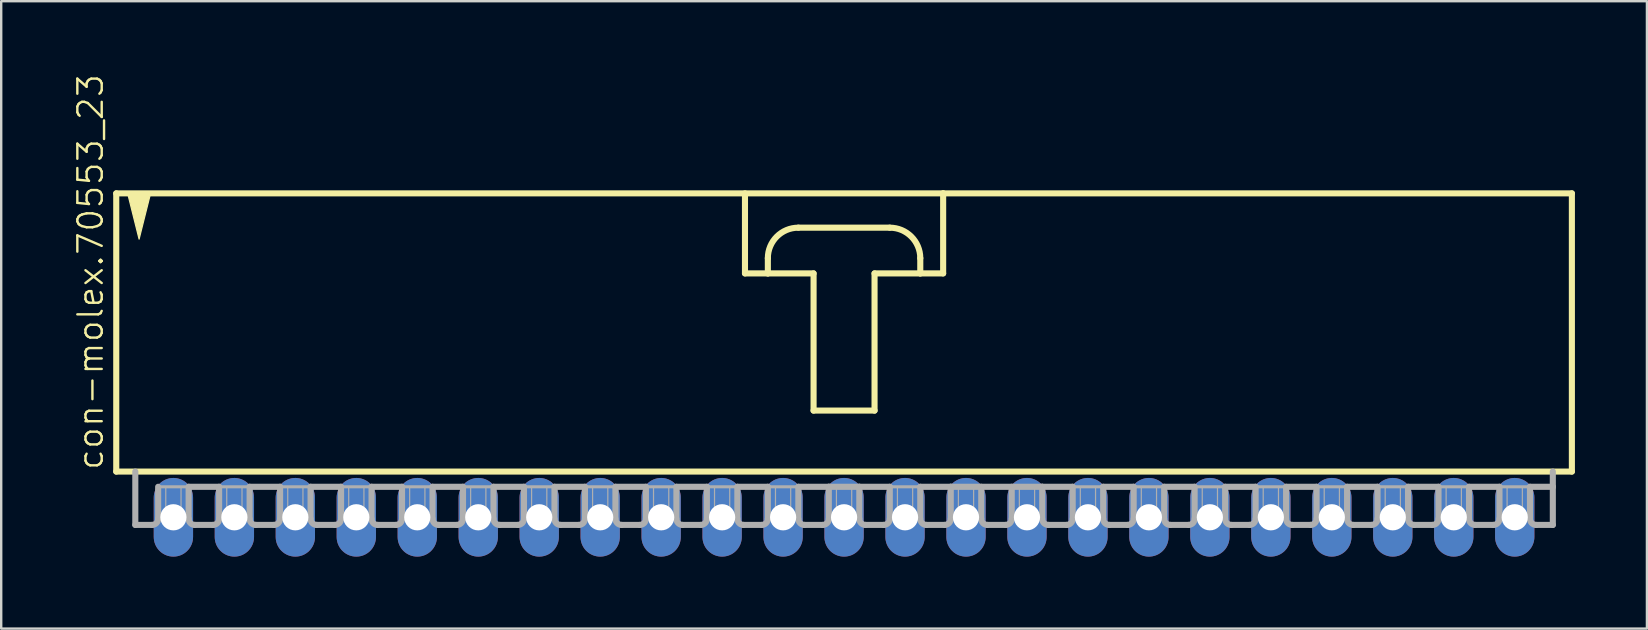
<source format=kicad_pcb>
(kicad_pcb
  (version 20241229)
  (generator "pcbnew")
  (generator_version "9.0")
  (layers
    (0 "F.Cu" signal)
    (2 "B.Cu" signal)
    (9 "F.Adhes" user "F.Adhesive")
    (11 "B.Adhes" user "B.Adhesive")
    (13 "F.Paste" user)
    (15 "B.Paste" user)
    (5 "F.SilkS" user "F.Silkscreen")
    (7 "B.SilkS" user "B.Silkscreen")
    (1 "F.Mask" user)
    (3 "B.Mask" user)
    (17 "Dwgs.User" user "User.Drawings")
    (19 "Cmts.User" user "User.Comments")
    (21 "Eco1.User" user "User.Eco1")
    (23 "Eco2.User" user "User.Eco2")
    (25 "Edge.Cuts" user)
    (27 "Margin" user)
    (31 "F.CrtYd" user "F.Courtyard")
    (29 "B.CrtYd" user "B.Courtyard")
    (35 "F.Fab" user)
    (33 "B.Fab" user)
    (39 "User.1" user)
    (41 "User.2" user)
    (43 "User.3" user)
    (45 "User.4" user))
  (footprint "con-molex.70553_23"
    (layer "F.Cu")
    (at 32.114 10.88)
    (property "Reference" "con-molex.70553_23" (at -30.797 5.715 90) (layer "F.SilkS") (effects (font (size 1.016 1.016) (thickness 0.1)) (justify left bottom)))
    (attr through_hole)
    (fp_line (start -30.321 -5.874) (end -30.321 5.715) (stroke (width 0.254) (type default)) (layer "F.SilkS"))
    (fp_line (start -30.321 5.715) (end 30.321 5.715) (stroke (width 0.254) (type default)) (layer "F.SilkS"))
    (fp_line (start -4.128 -5.874) (end -4.128 -2.54) (stroke (width 0.254) (type default)) (layer "F.SilkS"))
    (fp_line (start -4.128 -2.54) (end -3.175 -2.54) (stroke (width 0.254) (type default)) (layer "F.SilkS"))
    (fp_line (start -3.175 -2.54) (end -3.175 -3.175) (stroke (width 0.254) (type default)) (layer "F.SilkS"))
    (fp_line (start -3.175 -2.54) (end -1.27 -2.54) (stroke (width 0.254) (type default)) (layer "F.SilkS"))
    (fp_line (start -1.905 -4.445) (end 1.905 -4.445) (stroke (width 0.254) (type default)) (layer "F.SilkS"))
    (fp_line (start -1.27 -2.54) (end -1.27 3.175) (stroke (width 0.254) (type default)) (layer "F.SilkS"))
    (fp_line (start -1.27 3.175) (end 1.27 3.175) (stroke (width 0.254) (type default)) (layer "F.SilkS"))
    (fp_line (start 1.27 -2.54) (end 3.175 -2.54) (stroke (width 0.254) (type default)) (layer "F.SilkS"))
    (fp_line (start 1.27 3.175) (end 1.27 -2.54) (stroke (width 0.254) (type default)) (layer "F.SilkS"))
    (fp_line (start 3.175 -3.175) (end 3.175 -2.54) (stroke (width 0.254) (type default)) (layer "F.SilkS"))
    (fp_line (start 3.175 -2.54) (end 4.128 -2.54) (stroke (width 0.254) (type default)) (layer "F.SilkS"))
    (fp_line (start 4.128 -5.874) (end -30.321 -5.874) (stroke (width 0.254) (type default)) (layer "F.SilkS"))
    (fp_line (start 4.128 -2.54) (end 4.128 -5.874) (stroke (width 0.254) (type default)) (layer "F.SilkS"))
    (fp_line (start 30.321 -5.874) (end 4.128 -5.874) (stroke (width 0.254) (type default)) (layer "F.SilkS"))
    (fp_line (start 30.321 5.715) (end 30.321 -5.874) (stroke (width 0.254) (type default)) (layer "F.SilkS"))
    (fp_arc (start -3.175 -3.175) (mid -2.803026 -4.073026) (end -1.905 -4.445) (stroke (width 0.254) (type default)) (layer "F.SilkS"))
    (fp_arc (start 1.905 -4.445) (mid 2.803026 -4.073026) (end 3.175 -3.175) (stroke (width 0.254) (type default)) (layer "F.SilkS"))
    (fp_poly (pts (xy -29.845 -5.874) (xy -29.369 -3.969) (xy -28.892 -5.874)) (stroke (width 0.051) (type default)) (fill yes) (layer "F.SilkS"))
    (fp_line (start -29.527 5.715) (end -29.527 7.938) (stroke (width 0.254) (type default)) (layer "F.Fab"))
    (fp_line (start -28.829 7.938) (end -29.527 7.938) (stroke (width 0.254) (type default)) (layer "F.Fab"))
    (fp_line (start -28.575 6.35) (end -28.575 7.684) (stroke (width 0.254) (type default)) (layer "F.Fab"))
    (fp_line (start -28.575 6.35) (end -27.305 6.35) (stroke (width 0.127) (type default)) (layer "F.Fab"))
    (fp_line (start -27.305 6.35) (end -27.305 7.684) (stroke (width 0.254) (type default)) (layer "F.Fab"))
    (fp_line (start -27.305 6.35) (end -26.035 6.35) (stroke (width 0.254) (type default)) (layer "F.Fab"))
    (fp_line (start -26.289 7.938) (end -27.051 7.938) (stroke (width 0.254) (type default)) (layer "F.Fab"))
    (fp_line (start -26.035 6.35) (end -26.035 7.684) (stroke (width 0.254) (type default)) (layer "F.Fab"))
    (fp_line (start -26.035 6.35) (end -24.765 6.35) (stroke (width 0.127) (type default)) (layer "F.Fab"))
    (fp_line (start -24.765 6.35) (end -24.765 7.684) (stroke (width 0.254) (type default)) (layer "F.Fab"))
    (fp_line (start -24.765 6.35) (end -23.495 6.35) (stroke (width 0.254) (type default)) (layer "F.Fab"))
    (fp_line (start -23.749 7.938) (end -24.511 7.938) (stroke (width 0.254) (type default)) (layer "F.Fab"))
    (fp_line (start -23.495 6.35) (end -23.495 7.684) (stroke (width 0.254) (type default)) (layer "F.Fab"))
    (fp_line (start -23.495 6.35) (end -22.225 6.35) (stroke (width 0.127) (type default)) (layer "F.Fab"))
    (fp_line (start -22.225 6.35) (end -22.225 7.684) (stroke (width 0.254) (type default)) (layer "F.Fab"))
    (fp_line (start -22.225 6.35) (end -20.955 6.35) (stroke (width 0.254) (type default)) (layer "F.Fab"))
    (fp_line (start -21.209 7.938) (end -21.971 7.938) (stroke (width 0.254) (type default)) (layer "F.Fab"))
    (fp_line (start -20.955 6.35) (end -20.955 7.684) (stroke (width 0.254) (type default)) (layer "F.Fab"))
    (fp_line (start -20.955 6.35) (end -19.685 6.35) (stroke (width 0.127) (type default)) (layer "F.Fab"))
    (fp_line (start -19.685 6.35) (end -19.685 7.684) (stroke (width 0.254) (type default)) (layer "F.Fab"))
    (fp_line (start -19.685 6.35) (end -18.415 6.35) (stroke (width 0.254) (type default)) (layer "F.Fab"))
    (fp_line (start -18.669 7.938) (end -19.431 7.938) (stroke (width 0.254) (type default)) (layer "F.Fab"))
    (fp_line (start -18.415 6.35) (end -18.415 7.684) (stroke (width 0.254) (type default)) (layer "F.Fab"))
    (fp_line (start -18.415 6.35) (end -17.145 6.35) (stroke (width 0.127) (type default)) (layer "F.Fab"))
    (fp_line (start -17.145 6.35) (end -17.145 7.684) (stroke (width 0.254) (type default)) (layer "F.Fab"))
    (fp_line (start -17.145 6.35) (end -15.875 6.35) (stroke (width 0.254) (type default)) (layer "F.Fab"))
    (fp_line (start -16.129 7.938) (end -16.891 7.938) (stroke (width 0.254) (type default)) (layer "F.Fab"))
    (fp_line (start -15.875 6.35) (end -15.875 7.684) (stroke (width 0.254) (type default)) (layer "F.Fab"))
    (fp_line (start -15.875 6.35) (end -14.605 6.35) (stroke (width 0.127) (type default)) (layer "F.Fab"))
    (fp_line (start -14.605 6.35) (end -14.605 7.684) (stroke (width 0.254) (type default)) (layer "F.Fab"))
    (fp_line (start -14.605 6.35) (end -13.335 6.35) (stroke (width 0.254) (type default)) (layer "F.Fab"))
    (fp_line (start -13.589 7.938) (end -14.351 7.938) (stroke (width 0.254) (type default)) (layer "F.Fab"))
    (fp_line (start -13.335 6.35) (end -13.335 7.684) (stroke (width 0.254) (type default)) (layer "F.Fab"))
    (fp_line (start -13.335 6.35) (end -12.065 6.35) (stroke (width 0.127) (type default)) (layer "F.Fab"))
    (fp_line (start -12.065 6.35) (end -12.065 7.684) (stroke (width 0.254) (type default)) (layer "F.Fab"))
    (fp_line (start -12.065 6.35) (end -10.795 6.35) (stroke (width 0.254) (type default)) (layer "F.Fab"))
    (fp_line (start -11.049 7.938) (end -11.811 7.938) (stroke (width 0.254) (type default)) (layer "F.Fab"))
    (fp_line (start -10.795 6.35) (end -10.795 7.684) (stroke (width 0.254) (type default)) (layer "F.Fab"))
    (fp_line (start -10.795 6.35) (end -9.525 6.35) (stroke (width 0.127) (type default)) (layer "F.Fab"))
    (fp_line (start -9.525 6.35) (end -9.525 7.684) (stroke (width 0.254) (type default)) (layer "F.Fab"))
    (fp_line (start -9.525 6.35) (end -8.255 6.35) (stroke (width 0.254) (type default)) (layer "F.Fab"))
    (fp_line (start -8.509 7.938) (end -9.271 7.938) (stroke (width 0.254) (type default)) (layer "F.Fab"))
    (fp_line (start -8.255 6.35) (end -8.255 7.684) (stroke (width 0.254) (type default)) (layer "F.Fab"))
    (fp_line (start -8.255 6.35) (end -6.985 6.35) (stroke (width 0.127) (type default)) (layer "F.Fab"))
    (fp_line (start -6.985 6.35) (end -6.985 7.684) (stroke (width 0.254) (type default)) (layer "F.Fab"))
    (fp_line (start -6.985 6.35) (end -5.715 6.35) (stroke (width 0.254) (type default)) (layer "F.Fab"))
    (fp_line (start -5.969 7.938) (end -6.731 7.938) (stroke (width 0.254) (type default)) (layer "F.Fab"))
    (fp_line (start -5.715 6.35) (end -5.715 7.684) (stroke (width 0.254) (type default)) (layer "F.Fab"))
    (fp_line (start -5.715 6.35) (end -4.445 6.35) (stroke (width 0.127) (type default)) (layer "F.Fab"))
    (fp_line (start -4.445 6.35) (end -4.445 7.684) (stroke (width 0.254) (type default)) (layer "F.Fab"))
    (fp_line (start -4.445 6.35) (end -3.175 6.35) (stroke (width 0.254) (type default)) (layer "F.Fab"))
    (fp_line (start -3.429 7.938) (end -4.191 7.938) (stroke (width 0.254) (type default)) (layer "F.Fab"))
    (fp_line (start -3.175 6.35) (end -3.175 7.684) (stroke (width 0.254) (type default)) (layer "F.Fab"))
    (fp_line (start -3.175 6.35) (end -1.905 6.35) (stroke (width 0.127) (type default)) (layer "F.Fab"))
    (fp_line (start -1.905 6.35) (end -1.905 7.684) (stroke (width 0.254) (type default)) (layer "F.Fab"))
    (fp_line (start -1.905 6.35) (end -0.635 6.35) (stroke (width 0.254) (type default)) (layer "F.Fab"))
    (fp_line (start -0.889 7.938) (end -1.651 7.938) (stroke (width 0.254) (type default)) (layer "F.Fab"))
    (fp_line (start -0.635 6.35) (end -0.635 7.684) (stroke (width 0.254) (type default)) (layer "F.Fab"))
    (fp_line (start -0.635 6.35) (end 0.635 6.35) (stroke (width 0.254) (type default)) (layer "F.Fab"))
    (fp_line (start 0.635 6.35) (end 0.635 7.684) (stroke (width 0.254) (type default)) (layer "F.Fab"))
    (fp_line (start 0.635 6.35) (end 1.905 6.35) (stroke (width 0.254) (type default)) (layer "F.Fab"))
    (fp_line (start 1.651 7.938) (end 0.889 7.938) (stroke (width 0.254) (type default)) (layer "F.Fab"))
    (fp_line (start 1.905 6.35) (end 1.905 7.684) (stroke (width 0.254) (type default)) (layer "F.Fab"))
    (fp_line (start 1.905 6.35) (end 3.175 6.35) (stroke (width 0.127) (type default)) (layer "F.Fab"))
    (fp_line (start 3.175 6.35) (end 3.175 7.684) (stroke (width 0.254) (type default)) (layer "F.Fab"))
    (fp_line (start 3.175 6.35) (end 4.445 6.35) (stroke (width 0.254) (type default)) (layer "F.Fab"))
    (fp_line (start 4.191 7.938) (end 3.429 7.938) (stroke (width 0.254) (type default)) (layer "F.Fab"))
    (fp_line (start 4.445 6.35) (end 4.445 7.684) (stroke (width 0.254) (type default)) (layer "F.Fab"))
    (fp_line (start 4.445 6.35) (end 8.255 6.35) (stroke (width 0.254) (type default)) (layer "F.Fab"))
    (fp_line (start 5.715 6.35) (end 5.715 7.684) (stroke (width 0.254) (type default)) (layer "F.Fab"))
    (fp_line (start 6.731 7.938) (end 5.969 7.938) (stroke (width 0.254) (type default)) (layer "F.Fab"))
    (fp_line (start 6.985 6.35) (end 6.985 7.684) (stroke (width 0.254) (type default)) (layer "F.Fab"))
    (fp_line (start 8.255 6.35) (end 8.255 7.684) (stroke (width 0.254) (type default)) (layer "F.Fab"))
    (fp_line (start 8.255 6.35) (end 9.525 6.35) (stroke (width 0.254) (type default)) (layer "F.Fab"))
    (fp_line (start 8.509 7.938) (end 9.271 7.938) (stroke (width 0.254) (type default)) (layer "F.Fab"))
    (fp_line (start 9.525 6.35) (end 10.795 6.35) (stroke (width 0.127) (type default)) (layer "F.Fab"))
    (fp_line (start 9.525 7.684) (end 9.525 6.35) (stroke (width 0.254) (type default)) (layer "F.Fab"))
    (fp_line (start 10.795 6.35) (end 10.795 7.684) (stroke (width 0.254) (type default)) (layer "F.Fab"))
    (fp_line (start 10.795 6.35) (end 12.065 6.35) (stroke (width 0.254) (type default)) (layer "F.Fab"))
    (fp_line (start 11.049 7.938) (end 11.811 7.938) (stroke (width 0.254) (type default)) (layer "F.Fab"))
    (fp_line (start 12.065 6.35) (end 13.335 6.35) (stroke (width 0.127) (type default)) (layer "F.Fab"))
    (fp_line (start 12.065 7.684) (end 12.065 6.35) (stroke (width 0.254) (type default)) (layer "F.Fab"))
    (fp_line (start 13.335 6.35) (end 13.335 7.684) (stroke (width 0.254) (type default)) (layer "F.Fab"))
    (fp_line (start 13.335 6.35) (end 14.605 6.35) (stroke (width 0.254) (type default)) (layer "F.Fab"))
    (fp_line (start 13.589 7.938) (end 14.351 7.938) (stroke (width 0.254) (type default)) (layer "F.Fab"))
    (fp_line (start 14.605 6.35) (end 15.875 6.35) (stroke (width 0.127) (type default)) (layer "F.Fab"))
    (fp_line (start 14.605 7.684) (end 14.605 6.35) (stroke (width 0.254) (type default)) (layer "F.Fab"))
    (fp_line (start 15.875 6.35) (end 15.875 7.684) (stroke (width 0.254) (type default)) (layer "F.Fab"))
    (fp_line (start 15.875 6.35) (end 17.145 6.35) (stroke (width 0.254) (type default)) (layer "F.Fab"))
    (fp_line (start 16.129 7.938) (end 16.891 7.938) (stroke (width 0.254) (type default)) (layer "F.Fab"))
    (fp_line (start 17.145 6.35) (end 18.415 6.35) (stroke (width 0.127) (type default)) (layer "F.Fab"))
    (fp_line (start 17.145 7.684) (end 17.145 6.35) (stroke (width 0.254) (type default)) (layer "F.Fab"))
    (fp_line (start 18.415 6.35) (end 18.415 7.684) (stroke (width 0.254) (type default)) (layer "F.Fab"))
    (fp_line (start 18.415 6.35) (end 19.685 6.35) (stroke (width 0.254) (type default)) (layer "F.Fab"))
    (fp_line (start 18.669 7.938) (end 19.431 7.938) (stroke (width 0.254) (type default)) (layer "F.Fab"))
    (fp_line (start 19.685 6.35) (end 20.955 6.35) (stroke (width 0.127) (type default)) (layer "F.Fab"))
    (fp_line (start 19.685 7.684) (end 19.685 6.35) (stroke (width 0.254) (type default)) (layer "F.Fab"))
    (fp_line (start 20.955 6.35) (end 20.955 7.684) (stroke (width 0.254) (type default)) (layer "F.Fab"))
    (fp_line (start 20.955 6.35) (end 22.225 6.35) (stroke (width 0.254) (type default)) (layer "F.Fab"))
    (fp_line (start 21.209 7.938) (end 21.971 7.938) (stroke (width 0.254) (type default)) (layer "F.Fab"))
    (fp_line (start 22.225 6.35) (end 23.495 6.35) (stroke (width 0.127) (type default)) (layer "F.Fab"))
    (fp_line (start 22.225 7.684) (end 22.225 6.35) (stroke (width 0.254) (type default)) (layer "F.Fab"))
    (fp_line (start 23.495 6.35) (end 23.495 7.684) (stroke (width 0.254) (type default)) (layer "F.Fab"))
    (fp_line (start 23.495 6.35) (end 24.765 6.35) (stroke (width 0.254) (type default)) (layer "F.Fab"))
    (fp_line (start 23.749 7.938) (end 24.511 7.938) (stroke (width 0.254) (type default)) (layer "F.Fab"))
    (fp_line (start 24.765 6.35) (end 26.035 6.35) (stroke (width 0.127) (type default)) (layer "F.Fab"))
    (fp_line (start 24.765 7.684) (end 24.765 6.35) (stroke (width 0.254) (type default)) (layer "F.Fab"))
    (fp_line (start 26.035 6.35) (end 26.035 7.684) (stroke (width 0.254) (type default)) (layer "F.Fab"))
    (fp_line (start 26.035 6.35) (end 27.305 6.35) (stroke (width 0.254) (type default)) (layer "F.Fab"))
    (fp_line (start 26.289 7.938) (end 27.051 7.938) (stroke (width 0.254) (type default)) (layer "F.Fab"))
    (fp_line (start 27.305 6.35) (end 28.575 6.35) (stroke (width 0.127) (type default)) (layer "F.Fab"))
    (fp_line (start 27.305 7.684) (end 27.305 6.35) (stroke (width 0.254) (type default)) (layer "F.Fab"))
    (fp_line (start 28.575 6.35) (end 28.575 7.684) (stroke (width 0.254) (type default)) (layer "F.Fab"))
    (fp_line (start 28.575 6.35) (end 29.527 6.35) (stroke (width 0.254) (type default)) (layer "F.Fab"))
    (fp_line (start 28.829 7.938) (end 29.527 7.938) (stroke (width 0.254) (type default)) (layer "F.Fab"))
    (fp_line (start 29.527 6.35) (end 29.527 5.715) (stroke (width 0.254) (type default)) (layer "F.Fab"))
    (fp_line (start 29.527 7.938) (end 29.527 6.35) (stroke (width 0.254) (type default)) (layer "F.Fab"))
    (fp_rect (start -28.258 7.62) (end -27.622 6.35) (stroke (width 0.05) (type default)) (fill no) (layer "F.Fab"))
    (fp_rect (start -25.718 7.62) (end -25.082 6.35) (stroke (width 0.05) (type default)) (fill no) (layer "F.Fab"))
    (fp_rect (start -23.177 7.62) (end -22.543 6.35) (stroke (width 0.05) (type default)) (fill no) (layer "F.Fab"))
    (fp_rect (start -20.637 7.62) (end -20.003 6.35) (stroke (width 0.05) (type default)) (fill no) (layer "F.Fab"))
    (fp_rect (start -18.098 7.62) (end -17.462 6.35) (stroke (width 0.05) (type default)) (fill no) (layer "F.Fab"))
    (fp_rect (start -15.557 7.62) (end -14.922 6.35) (stroke (width 0.05) (type default)) (fill no) (layer "F.Fab"))
    (fp_rect (start -13.018 7.62) (end -12.383 6.35) (stroke (width 0.05) (type default)) (fill no) (layer "F.Fab"))
    (fp_rect (start -10.477 7.62) (end -9.842 6.35) (stroke (width 0.05) (type default)) (fill no) (layer "F.Fab"))
    (fp_rect (start -7.938 7.62) (end -7.303 6.35) (stroke (width 0.05) (type default)) (fill no) (layer "F.Fab"))
    (fp_rect (start -5.397 7.62) (end -4.763 6.35) (stroke (width 0.05) (type default)) (fill no) (layer "F.Fab"))
    (fp_rect (start -2.857 7.62) (end -2.223 6.35) (stroke (width 0.05) (type default)) (fill no) (layer "F.Fab"))
    (fp_rect (start -0.318 7.62) (end 0.318 6.35) (stroke (width 0.05) (type default)) (fill no) (layer "F.Fab"))
    (fp_rect (start 2.223 7.62) (end 2.857 6.35) (stroke (width 0.05) (type default)) (fill no) (layer "F.Fab"))
    (fp_rect (start 4.763 7.62) (end 5.397 6.35) (stroke (width 0.05) (type default)) (fill no) (layer "F.Fab"))
    (fp_rect (start 7.303 7.62) (end 7.938 6.35) (stroke (width 0.05) (type default)) (fill no) (layer "F.Fab"))
    (fp_rect (start 9.842 7.62) (end 10.477 6.35) (stroke (width 0.05) (type default)) (fill no) (layer "F.Fab"))
    (fp_rect (start 12.383 7.62) (end 13.018 6.35) (stroke (width 0.05) (type default)) (fill no) (layer "F.Fab"))
    (fp_rect (start 14.922 7.62) (end 15.557 6.35) (stroke (width 0.05) (type default)) (fill no) (layer "F.Fab"))
    (fp_rect (start 17.462 7.62) (end 18.098 6.35) (stroke (width 0.05) (type default)) (fill no) (layer "F.Fab"))
    (fp_rect (start 20.003 7.62) (end 20.637 6.35) (stroke (width 0.05) (type default)) (fill no) (layer "F.Fab"))
    (fp_rect (start 22.543 7.62) (end 23.177 6.35) (stroke (width 0.05) (type default)) (fill no) (layer "F.Fab"))
    (fp_rect (start 25.082 7.62) (end 25.718 6.35) (stroke (width 0.05) (type default)) (fill no) (layer "F.Fab"))
    (fp_rect (start 27.622 7.62) (end 28.258 6.35) (stroke (width 0.05) (type default)) (fill no) (layer "F.Fab"))
    (fp_arc (start -28.575 7.6835) (mid -28.649395 7.863105) (end -28.829 7.9375) (stroke (width 0.254) (type default)) (layer "F.Fab"))
    (fp_arc (start -27.051 7.9375) (mid -27.230605 7.863105) (end -27.305 7.6835) (stroke (width 0.254) (type default)) (layer "F.Fab"))
    (fp_arc (start -26.035 7.6835) (mid -26.109395 7.863105) (end -26.289 7.9375) (stroke (width 0.254) (type default)) (layer "F.Fab"))
    (fp_arc (start -24.511 7.9375) (mid -24.690605 7.863105) (end -24.765 7.6835) (stroke (width 0.254) (type default)) (layer "F.Fab"))
    (fp_arc (start -23.495 7.6835) (mid -23.569395 7.863105) (end -23.749 7.9375) (stroke (width 0.254) (type default)) (layer "F.Fab"))
    (fp_arc (start -21.971 7.9375) (mid -22.150605 7.863105) (end -22.225 7.6835) (stroke (width 0.254) (type default)) (layer "F.Fab"))
    (fp_arc (start -20.955 7.6835) (mid -21.029395 7.863105) (end -21.209 7.9375) (stroke (width 0.254) (type default)) (layer "F.Fab"))
    (fp_arc (start -19.431 7.9375) (mid -19.610605 7.863105) (end -19.685 7.6835) (stroke (width 0.254) (type default)) (layer "F.Fab"))
    (fp_arc (start -18.415 7.6835) (mid -18.489395 7.863105) (end -18.669 7.9375) (stroke (width 0.254) (type default)) (layer "F.Fab"))
    (fp_arc (start -16.891 7.9375) (mid -17.070605 7.863105) (end -17.145 7.6835) (stroke (width 0.254) (type default)) (layer "F.Fab"))
    (fp_arc (start -15.875 7.6835) (mid -15.949395 7.863105) (end -16.129 7.9375) (stroke (width 0.254) (type default)) (layer "F.Fab"))
    (fp_arc (start -14.351 7.9375) (mid -14.530605 7.863105) (end -14.605 7.6835) (stroke (width 0.254) (type default)) (layer "F.Fab"))
    (fp_arc (start -13.335 7.6835) (mid -13.409395 7.863105) (end -13.589 7.9375) (stroke (width 0.254) (type default)) (layer "F.Fab"))
    (fp_arc (start -11.811 7.9375) (mid -11.990605 7.863105) (end -12.065 7.6835) (stroke (width 0.254) (type default)) (layer "F.Fab"))
    (fp_arc (start -10.795 7.6835) (mid -10.869395 7.863105) (end -11.049 7.9375) (stroke (width 0.254) (type default)) (layer "F.Fab"))
    (fp_arc (start -9.271 7.9375) (mid -9.450605 7.863105) (end -9.525 7.6835) (stroke (width 0.254) (type default)) (layer "F.Fab"))
    (fp_arc (start -8.255 7.6835) (mid -8.329395 7.863105) (end -8.509 7.9375) (stroke (width 0.254) (type default)) (layer "F.Fab"))
    (fp_arc (start -6.731 7.9375) (mid -6.910605 7.863105) (end -6.985 7.6835) (stroke (width 0.254) (type default)) (layer "F.Fab"))
    (fp_arc (start -5.715 7.6835) (mid -5.789395 7.863105) (end -5.969 7.9375) (stroke (width 0.254) (type default)) (layer "F.Fab"))
    (fp_arc (start -4.191 7.9375) (mid -4.370605 7.863105) (end -4.445 7.6835) (stroke (width 0.254) (type default)) (layer "F.Fab"))
    (fp_arc (start -3.175 7.6835) (mid -3.249395 7.863105) (end -3.429 7.9375) (stroke (width 0.254) (type default)) (layer "F.Fab"))
    (fp_arc (start -1.651 7.9375) (mid -1.830605 7.863105) (end -1.905 7.6835) (stroke (width 0.254) (type default)) (layer "F.Fab"))
    (fp_arc (start -0.635 7.6835) (mid -0.709395 7.863105) (end -0.889 7.9375) (stroke (width 0.254) (type default)) (layer "F.Fab"))
    (fp_arc (start 0.889 7.9375) (mid 0.709395 7.863105) (end 0.635 7.6835) (stroke (width 0.254) (type default)) (layer "F.Fab"))
    (fp_arc (start 1.905 7.6835) (mid 1.830605 7.863105) (end 1.651 7.9375) (stroke (width 0.254) (type default)) (layer "F.Fab"))
    (fp_arc (start 3.429 7.9375) (mid 3.249395 7.863105) (end 3.175 7.6835) (stroke (width 0.254) (type default)) (layer "F.Fab"))
    (fp_arc (start 4.445 7.6835) (mid 4.370605 7.863105) (end 4.191 7.9375) (stroke (width 0.254) (type default)) (layer "F.Fab"))
    (fp_arc (start 5.969 7.9375) (mid 5.789395 7.863105) (end 5.715 7.6835) (stroke (width 0.254) (type default)) (layer "F.Fab"))
    (fp_arc (start 6.985 7.6835) (mid 6.910605 7.863105) (end 6.731 7.9375) (stroke (width 0.254) (type default)) (layer "F.Fab"))
    (fp_arc (start 8.509 7.9375) (mid 8.329395 7.863105) (end 8.255 7.6835) (stroke (width 0.254) (type default)) (layer "F.Fab"))
    (fp_arc (start 9.525 7.6835) (mid 9.450605 7.863105) (end 9.271 7.9375) (stroke (width 0.254) (type default)) (layer "F.Fab"))
    (fp_arc (start 11.049 7.9375) (mid 10.869395 7.863105) (end 10.795 7.6835) (stroke (width 0.254) (type default)) (layer "F.Fab"))
    (fp_arc (start 12.065 7.6835) (mid 11.990605 7.863105) (end 11.811 7.9375) (stroke (width 0.254) (type default)) (layer "F.Fab"))
    (fp_arc (start 13.589 7.9375) (mid 13.409395 7.863105) (end 13.335 7.6835) (stroke (width 0.254) (type default)) (layer "F.Fab"))
    (fp_arc (start 14.605 7.6835) (mid 14.530605 7.863105) (end 14.351 7.9375) (stroke (width 0.254) (type default)) (layer "F.Fab"))
    (fp_arc (start 16.129 7.9375) (mid 15.949395 7.863105) (end 15.875 7.6835) (stroke (width 0.254) (type default)) (layer "F.Fab"))
    (fp_arc (start 17.145 7.6835) (mid 17.070605 7.863105) (end 16.891 7.9375) (stroke (width 0.254) (type default)) (layer "F.Fab"))
    (fp_arc (start 18.669 7.9375) (mid 18.489395 7.863105) (end 18.415 7.6835) (stroke (width 0.254) (type default)) (layer "F.Fab"))
    (fp_arc (start 19.685 7.6835) (mid 19.610605 7.863105) (end 19.431 7.9375) (stroke (width 0.254) (type default)) (layer "F.Fab"))
    (fp_arc (start 21.209 7.9375) (mid 21.029395 7.863105) (end 20.955 7.6835) (stroke (width 0.254) (type default)) (layer "F.Fab"))
    (fp_arc (start 22.225 7.6835) (mid 22.150605 7.863105) (end 21.971 7.9375) (stroke (width 0.254) (type default)) (layer "F.Fab"))
    (fp_arc (start 23.749 7.9375) (mid 23.569395 7.863105) (end 23.495 7.6835) (stroke (width 0.254) (type default)) (layer "F.Fab"))
    (fp_arc (start 24.765 7.6835) (mid 24.690605 7.863105) (end 24.511 7.9375) (stroke (width 0.254) (type default)) (layer "F.Fab"))
    (fp_arc (start 26.289 7.9375) (mid 26.109395 7.863105) (end 26.035 7.6835) (stroke (width 0.254) (type default)) (layer "F.Fab"))
    (fp_arc (start 27.305 7.6835) (mid 27.230605 7.863105) (end 27.051 7.9375) (stroke (width 0.254) (type default)) (layer "F.Fab"))
    (fp_arc (start 28.829 7.9375) (mid 28.649395 7.863105) (end 28.575 7.6835) (stroke (width 0.254) (type default)) (layer "F.Fab"))
    (pad "1" thru_hole oval (at -27.94 7.62 90) (size 3.277 1.638) (drill 1.092) (layers "*.Cu" "*.Mask"))
    (pad "2" thru_hole oval (at -25.4 7.62 90) (size 3.277 1.638) (drill 1.092) (layers "*.Cu" "*.Mask"))
    (pad "3" thru_hole oval (at -22.86 7.62 90) (size 3.277 1.638) (drill 1.092) (layers "*.Cu" "*.Mask"))
    (pad "4" thru_hole oval (at -20.32 7.62 90) (size 3.277 1.638) (drill 1.092) (layers "*.Cu" "*.Mask"))
    (pad "5" thru_hole oval (at -17.78 7.62 90) (size 3.277 1.638) (drill 1.092) (layers "*.Cu" "*.Mask"))
    (pad "6" thru_hole oval (at -15.24 7.62 90) (size 3.277 1.638) (drill 1.092) (layers "*.Cu" "*.Mask"))
    (pad "7" thru_hole oval (at -12.7 7.62 90) (size 3.277 1.638) (drill 1.092) (layers "*.Cu" "*.Mask"))
    (pad "8" thru_hole oval (at -10.16 7.62 90) (size 3.277 1.638) (drill 1.092) (layers "*.Cu" "*.Mask"))
    (pad "9" thru_hole oval (at -7.62 7.62 90) (size 3.277 1.638) (drill 1.092) (layers "*.Cu" "*.Mask"))
    (pad "10" thru_hole oval (at -5.08 7.62 90) (size 3.277 1.638) (drill 1.092) (layers "*.Cu" "*.Mask"))
    (pad "11" thru_hole oval (at -2.54 7.62 90) (size 3.277 1.638) (drill 1.092) (layers "*.Cu" "*.Mask"))
    (pad "12" thru_hole oval (at 0 7.62 90) (size 3.277 1.638) (drill 1.092) (layers "*.Cu" "*.Mask"))
    (pad "13" thru_hole oval (at 2.54 7.62 90) (size 3.277 1.638) (drill 1.092) (layers "*.Cu" "*.Mask"))
    (pad "14" thru_hole oval (at 5.08 7.62 90) (size 3.277 1.638) (drill 1.092) (layers "*.Cu" "*.Mask"))
    (pad "15" thru_hole oval (at 7.62 7.62 90) (size 3.277 1.638) (drill 1.092) (layers "*.Cu" "*.Mask"))
    (pad "16" thru_hole oval (at 10.16 7.62 90) (size 3.277 1.638) (drill 1.092) (layers "*.Cu" "*.Mask"))
    (pad "17" thru_hole oval (at 12.7 7.62 90) (size 3.277 1.638) (drill 1.092) (layers "*.Cu" "*.Mask"))
    (pad "18" thru_hole oval (at 15.24 7.62 90) (size 3.277 1.638) (drill 1.092) (layers "*.Cu" "*.Mask"))
    (pad "19" thru_hole oval (at 17.78 7.62 90) (size 3.277 1.638) (drill 1.092) (layers "*.Cu" "*.Mask"))
    (pad "20" thru_hole oval (at 20.32 7.62 90) (size 3.277 1.638) (drill 1.092) (layers "*.Cu" "*.Mask"))
    (pad "21" thru_hole oval (at 22.86 7.62 90) (size 3.277 1.638) (drill 1.092) (layers "*.Cu" "*.Mask"))
    (pad "22" thru_hole oval (at 25.4 7.62 90) (size 3.277 1.638) (drill 1.092) (layers "*.Cu" "*.Mask"))
    (pad "23" thru_hole oval (at 27.94 7.62 90) (size 3.277 1.638) (drill 1.092) (layers "*.Cu" "*.Mask")))
  (gr_rect
    (start -3 -3)
    (end 65.562 23.138)
    (stroke (width 0.1) (type default))
    (fill no)
    (layer "Edge.Cuts")))
</source>
